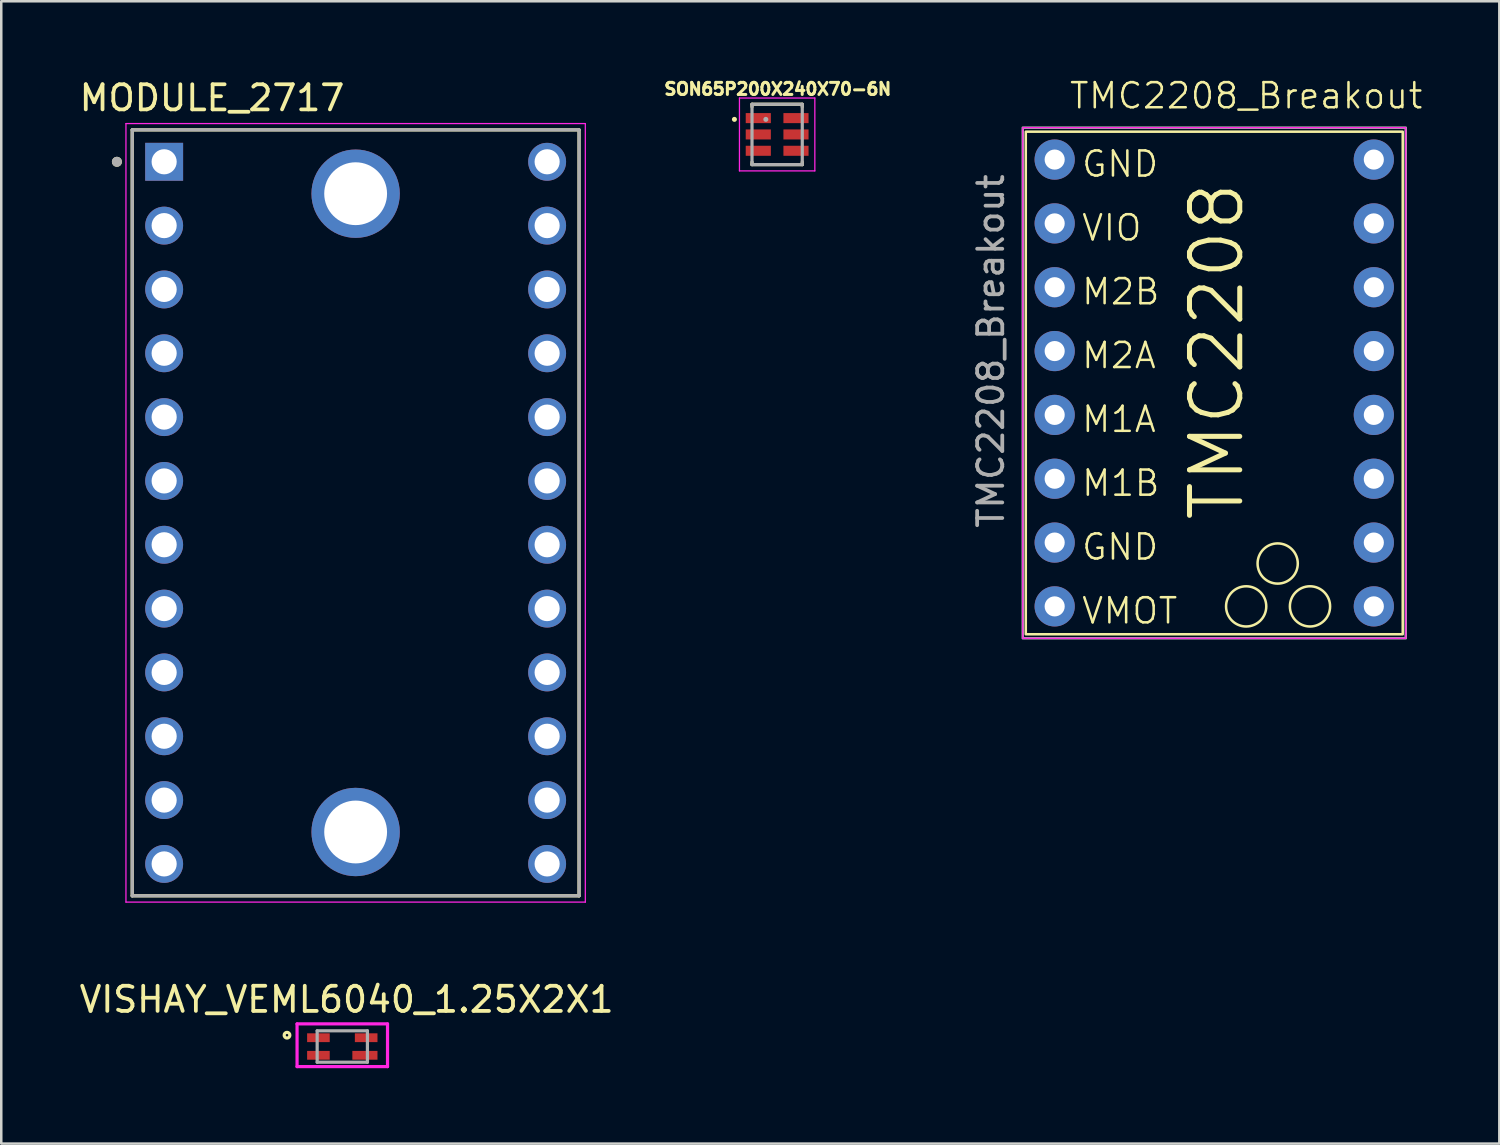
<source format=kicad_pcb>
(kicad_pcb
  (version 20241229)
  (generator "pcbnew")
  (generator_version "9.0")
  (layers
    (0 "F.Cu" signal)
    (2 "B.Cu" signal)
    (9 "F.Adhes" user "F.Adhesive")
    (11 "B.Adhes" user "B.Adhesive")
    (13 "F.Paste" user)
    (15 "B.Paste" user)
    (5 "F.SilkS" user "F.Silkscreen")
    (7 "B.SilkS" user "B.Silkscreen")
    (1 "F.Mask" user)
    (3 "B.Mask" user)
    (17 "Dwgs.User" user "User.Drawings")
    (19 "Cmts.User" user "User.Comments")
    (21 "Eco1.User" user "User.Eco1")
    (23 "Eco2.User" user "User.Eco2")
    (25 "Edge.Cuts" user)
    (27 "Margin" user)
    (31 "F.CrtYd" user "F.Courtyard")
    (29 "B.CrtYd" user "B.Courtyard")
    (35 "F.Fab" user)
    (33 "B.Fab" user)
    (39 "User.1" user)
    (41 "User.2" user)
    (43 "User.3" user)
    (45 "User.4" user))
  (footprint "VISHAY_VEML6040_1.25X2X1"
    (layer "F.Cu")
    (at 10.571 38.594)
    (property "Reference" "VISHAY_VEML6040_1.25X2X1" (at 0.173 -1.872 0) (layer "F.SilkS") (effects (font (size 1 1) (thickness 0.15))))
    (attr smd)
    (fp_circle (center -2.2 -0.45) (end -2.15 -0.45) (stroke (width 0.127) (type solid)) (fill no) (layer "F.SilkS"))
    (fp_line (start -1.8 -0.9) (end 1.8 -0.9) (stroke (width 0.127) (type solid)) (layer "F.CrtYd"))
    (fp_line (start -1.8 0.8) (end -1.8 -0.9) (stroke (width 0.127) (type solid)) (layer "F.CrtYd"))
    (fp_line (start 1.8 -0.9) (end 1.8 0.8) (stroke (width 0.127) (type solid)) (layer "F.CrtYd"))
    (fp_line (start 1.8 0.8) (end -1.8 0.8) (stroke (width 0.127) (type solid)) (layer "F.CrtYd"))
    (fp_line (start -1 -0.625) (end 1 -0.625) (stroke (width 0.127) (type solid)) (layer "F.Fab"))
    (fp_line (start -1 0.625) (end -1 -0.625) (stroke (width 0.127) (type solid)) (layer "F.Fab"))
    (fp_line (start 1 -0.625) (end 1 0.625) (stroke (width 0.127) (type solid)) (layer "F.Fab"))
    (fp_line (start 1 0.625) (end -1 0.625) (stroke (width 0.127) (type solid)) (layer "F.Fab"))
    (pad "1" smd rect (at -0.95 -0.35) (size 0.9 0.35) (layers "F.Cu" "F.Mask" "F.Paste"))
    (pad "2" smd rect (at -0.95 0.35) (size 0.9 0.35) (layers "F.Cu" "F.Mask" "F.Paste"))
    (pad "3" smd rect (at 0.9 0.35) (size 1 0.35) (layers "F.Cu" "F.Mask" "F.Paste"))
    (pad "4" smd rect (at 0.95 -0.35) (size 0.9 0.35) (layers "F.Cu" "F.Mask" "F.Paste")))
  (footprint "SON65P200X240X70-6N"
    (layer "F.Cu")
    (at 27.875 2.3)
    (property "Reference" "SON65P200X240X70-6N" (at 0.024 -1.808 0) (layer "F.SilkS") (effects (font (size 0.481 0.481) (thickness 0.15))))
    (attr smd)
    (fp_line (start -1 -1.2) (end 1 -1.2) (stroke (width 0.127) (type solid)) (layer "F.SilkS"))
    (fp_line (start -1 -1.1) (end -1 -1.2) (stroke (width 0.127) (type solid)) (layer "F.SilkS"))
    (fp_line (start -1 1.2) (end -1 1.1) (stroke (width 0.127) (type solid)) (layer "F.SilkS"))
    (fp_line (start 1 -1.2) (end 1 -1.1) (stroke (width 0.127) (type solid)) (layer "F.SilkS"))
    (fp_line (start 1 1.1) (end 1 1.2) (stroke (width 0.127) (type solid)) (layer "F.SilkS"))
    (fp_line (start 1 1.2) (end -1 1.2) (stroke (width 0.127) (type solid)) (layer "F.SilkS"))
    (fp_circle (center -1.7 -0.6) (end -1.65 -0.6) (stroke (width 0.1) (type solid)) (fill no) (layer "F.SilkS"))
    (fp_line (start -1.5 -1.45) (end 1.5 -1.45) (stroke (width 0.05) (type solid)) (layer "F.CrtYd"))
    (fp_line (start -1.5 1.45) (end -1.5 -1.45) (stroke (width 0.05) (type solid)) (layer "F.CrtYd"))
    (fp_line (start 1.5 -1.45) (end 1.5 1.45) (stroke (width 0.05) (type solid)) (layer "F.CrtYd"))
    (fp_line (start 1.5 1.45) (end -1.5 1.45) (stroke (width 0.05) (type solid)) (layer "F.CrtYd"))
    (fp_line (start -1 -1.2) (end 1 -1.2) (stroke (width 0.127) (type solid)) (layer "F.Fab"))
    (fp_line (start -1 1.2) (end -1 -1.2) (stroke (width 0.127) (type solid)) (layer "F.Fab"))
    (fp_line (start 1 -1.2) (end 1 1.2) (stroke (width 0.127) (type solid)) (layer "F.Fab"))
    (fp_line (start 1 1.2) (end -1 1.2) (stroke (width 0.127) (type solid)) (layer "F.Fab"))
    (fp_circle (center -0.45 -0.6) (end -0.4 -0.6) (stroke (width 0.1) (type solid)) (fill no) (layer "F.Fab"))
    (pad "1" smd rect (at -0.75 -0.65) (size 1 0.4) (layers "F.Cu" "F.Mask" "F.Paste"))
    (pad "2" smd rect (at -0.75 0) (size 1 0.4) (layers "F.Cu" "F.Mask" "F.Paste"))
    (pad "3" smd rect (at -0.75 0.65) (size 1 0.4) (layers "F.Cu" "F.Mask" "F.Paste"))
    (pad "4" smd rect (at 0.75 0.65) (size 1 0.4) (layers "F.Cu" "F.Mask" "F.Paste"))
    (pad "5" smd rect (at 0.75 0) (size 1 0.4) (layers "F.Cu" "F.Mask" "F.Paste"))
    (pad "6" smd rect (at 0.75 -0.65) (size 1 0.4) (layers "F.Cu" "F.Mask" "F.Paste")))
  (footprint "TMC2208_Breakout"
    (layer "F.Cu")
    (at 38.919 3.3)
    (property "Reference" "TMC2208_Breakout" (at 7.62 -2.54 0) (unlocked yes) (layer "F.SilkS") (effects (font (size 1 1) (thickness 0.1))))
    (attr through_hole)
    (fp_rect (start -1.15 -1.11) (end 13.85 18.89) (stroke (width 0.1) (type default)) (fill no) (layer "F.SilkS"))
    (fp_circle (center 7.62 17.78) (end 8.42 17.78) (stroke (width 0.1) (type default)) (fill no) (layer "F.SilkS"))
    (fp_circle (center 8.874 16.074) (end 9.674 16.074) (stroke (width 0.1) (type default)) (fill no) (layer "F.SilkS"))
    (fp_circle (center 10.16 17.78) (end 10.96 17.78) (stroke (width 0.1) (type default)) (fill no) (layer "F.SilkS"))
    (fp_rect (start -1.27 -1.27) (end 13.97 19.05) (stroke (width 0.05) (type default)) (fill no) (layer "F.CrtYd"))
    (fp_rect (start -1.27 -1.27) (end 13.97 19.05) (stroke (width 0.1) (type default)) (fill no) (layer "F.Fab"))
    (fp_text user "M2B" (at 1.016 5.842 0) (unlocked yes) (layer "F.SilkS") (effects (font (size 1 1) (thickness 0.1)) (justify left bottom)))
    (fp_text user "M1B" (at 1.016 13.462 0) (unlocked yes) (layer "F.SilkS") (effects (font (size 1 1) (thickness 0.1)) (justify left bottom)))
    (fp_text user "VMOT" (at 1.016 18.542 0) (unlocked yes) (layer "F.SilkS") (effects (font (size 1 1) (thickness 0.1)) (justify left bottom)))
    (fp_text user "GND" (at 1.016 0.762 0) (unlocked yes) (layer "F.SilkS") (effects (font (size 1 1) (thickness 0.1)) (justify left bottom)))
    (fp_text user "TMC2208" (at 7.62 14.478 90) (unlocked yes) (layer "F.SilkS") (effects (font (size 2 2) (thickness 0.2)) (justify left bottom)))
    (fp_text user "M2A" (at 1.016 8.382 0) (unlocked yes) (layer "F.SilkS") (effects (font (size 1 1) (thickness 0.1)) (justify left bottom)))
    (fp_text user "GND" (at 1.016 16.002 0) (unlocked yes) (layer "F.SilkS") (effects (font (size 1 1) (thickness 0.1)) (justify left bottom)))
    (fp_text user "M1A" (at 1.016 10.922 0) (unlocked yes) (layer "F.SilkS") (effects (font (size 1 1) (thickness 0.1)) (justify left bottom)))
    (fp_text user "VIO" (at 1.016 3.302 0) (unlocked yes) (layer "F.SilkS") (effects (font (size 1 1) (thickness 0.1)) (justify left bottom)))
    (fp_text user "${REFERENCE}" (at -2.54 7.62 90) (unlocked yes) (layer "F.Fab") (effects (font (size 1 1) (thickness 0.15))))
    (pad "1" thru_hole circle (at 0 0) (size 1.6 1.6) (drill 0.8) (layers "*.Cu" "*.Mask"))
    (pad "2" thru_hole circle (at 0 2.54) (size 1.6 1.6) (drill 0.8) (layers "*.Cu" "*.Mask"))
    (pad "3" thru_hole circle (at 0 5.08) (size 1.6 1.6) (drill 0.8) (layers "*.Cu" "*.Mask"))
    (pad "4" thru_hole circle (at 0 7.62) (size 1.6 1.6) (drill 0.8) (layers "*.Cu" "*.Mask"))
    (pad "5" thru_hole circle (at 0 10.16) (size 1.6 1.6) (drill 0.8) (layers "*.Cu" "*.Mask"))
    (pad "6" thru_hole circle (at 0 12.7) (size 1.6 1.6) (drill 0.8) (layers "*.Cu" "*.Mask"))
    (pad "7" thru_hole circle (at 0 15.24) (size 1.6 1.6) (drill 0.8) (layers "*.Cu" "*.Mask"))
    (pad "8" thru_hole circle (at 0 17.78) (size 1.6 1.6) (drill 0.8) (layers "*.Cu" "*.Mask"))
    (pad "9" thru_hole circle (at 12.7 0) (size 1.6 1.6) (drill 0.8) (layers "*.Cu" "*.Mask"))
    (pad "10" thru_hole circle (at 12.7 2.54) (size 1.6 1.6) (drill 0.8) (layers "*.Cu" "*.Mask"))
    (pad "11" thru_hole circle (at 12.7 5.08) (size 1.6 1.6) (drill 0.8) (layers "*.Cu" "*.Mask"))
    (pad "12" thru_hole circle (at 12.7 7.62) (size 1.6 1.6) (drill 0.8) (layers "*.Cu" "*.Mask"))
    (pad "13" thru_hole circle (at 12.7 10.16) (size 1.6 1.6) (drill 0.8) (layers "*.Cu" "*.Mask"))
    (pad "14" thru_hole circle (at 12.7 12.7) (size 1.6 1.6) (drill 0.8) (layers "*.Cu" "*.Mask"))
    (pad "15" thru_hole circle (at 12.7 15.24) (size 1.6 1.6) (drill 0.8) (layers "*.Cu" "*.Mask"))
    (pad "16" thru_hole circle (at 12.7 17.78) (size 1.6 1.6) (drill 0.8) (layers "*.Cu" "*.Mask")))
  (footprint "MODULE_2717"
    (layer "F.Cu")
    (at 11.102 17.358)
    (property "Reference" "MODULE_2717" (at -5.715 -16.51 0) (layer "F.SilkS") (effects (font (size 1 1) (thickness 0.15))))
    (attr through_hole)
    (fp_line (start -8.89 -15.24) (end 8.89 -15.24) (stroke (width 0.127) (type solid)) (layer "F.SilkS"))
    (fp_line (start -8.89 15.24) (end -8.89 -15.24) (stroke (width 0.127) (type solid)) (layer "F.SilkS"))
    (fp_line (start 8.89 -15.24) (end 8.89 15.24) (stroke (width 0.127) (type solid)) (layer "F.SilkS"))
    (fp_line (start 8.89 15.24) (end -8.89 15.24) (stroke (width 0.127) (type solid)) (layer "F.SilkS"))
    (fp_circle (center -9.5 -13.97) (end -9.4 -13.97) (stroke (width 0.2) (type solid)) (fill no) (layer "F.SilkS"))
    (fp_line (start -9.14 -15.49) (end -9.14 15.49) (stroke (width 0.05) (type solid)) (layer "F.CrtYd"))
    (fp_line (start -9.14 15.49) (end 9.14 15.49) (stroke (width 0.05) (type solid)) (layer "F.CrtYd"))
    (fp_line (start 9.14 -15.49) (end -9.14 -15.49) (stroke (width 0.05) (type solid)) (layer "F.CrtYd"))
    (fp_line (start 9.14 15.49) (end 9.14 -15.49) (stroke (width 0.05) (type solid)) (layer "F.CrtYd"))
    (fp_line (start -8.89 -15.24) (end 8.89 -15.24) (stroke (width 0.127) (type solid)) (layer "F.Fab"))
    (fp_line (start -8.89 15.24) (end -8.89 -15.24) (stroke (width 0.127) (type solid)) (layer "F.Fab"))
    (fp_line (start -8.89 15.24) (end 8.89 15.24) (stroke (width 0.127) (type solid)) (layer "F.Fab"))
    (fp_line (start 8.89 -15.24) (end 8.89 15.24) (stroke (width 0.127) (type solid)) (layer "F.Fab"))
    (fp_circle (center -9.5 -13.97) (end -9.4 -13.97) (stroke (width 0.2) (type solid)) (fill no) (layer "F.Fab"))
    (pad "1" thru_hole rect (at -7.62 -13.97) (size 1.508 1.508) (drill 1) (layers "*.Cu" "*.Mask"))
    (pad "2" thru_hole circle (at -7.62 -11.43) (size 1.508 1.508) (drill 1) (layers "*.Cu" "*.Mask"))
    (pad "3" thru_hole circle (at -7.62 -8.89) (size 1.508 1.508) (drill 1) (layers "*.Cu" "*.Mask"))
    (pad "4" thru_hole circle (at -7.62 -6.35) (size 1.508 1.508) (drill 1) (layers "*.Cu" "*.Mask"))
    (pad "5" thru_hole circle (at -7.62 -3.81) (size 1.508 1.508) (drill 1) (layers "*.Cu" "*.Mask"))
    (pad "6" thru_hole circle (at -7.62 -1.27) (size 1.508 1.508) (drill 1) (layers "*.Cu" "*.Mask"))
    (pad "7" thru_hole circle (at -7.62 1.27) (size 1.508 1.508) (drill 1) (layers "*.Cu" "*.Mask"))
    (pad "8" thru_hole circle (at -7.62 3.81) (size 1.508 1.508) (drill 1) (layers "*.Cu" "*.Mask"))
    (pad "9" thru_hole circle (at -7.62 6.35) (size 1.508 1.508) (drill 1) (layers "*.Cu" "*.Mask"))
    (pad "10" thru_hole circle (at -7.62 8.89) (size 1.508 1.508) (drill 1) (layers "*.Cu" "*.Mask"))
    (pad "11" thru_hole circle (at -7.62 11.43) (size 1.508 1.508) (drill 1) (layers "*.Cu" "*.Mask"))
    (pad "12" thru_hole circle (at -7.62 13.97) (size 1.508 1.508) (drill 1) (layers "*.Cu" "*.Mask"))
    (pad "13" thru_hole circle (at 7.62 13.97) (size 1.508 1.508) (drill 1) (layers "*.Cu" "*.Mask"))
    (pad "14" thru_hole circle (at 7.62 11.43) (size 1.508 1.508) (drill 1) (layers "*.Cu" "*.Mask"))
    (pad "15" thru_hole circle (at 7.62 8.89) (size 1.508 1.508) (drill 1) (layers "*.Cu" "*.Mask"))
    (pad "16" thru_hole circle (at 7.62 6.35) (size 1.508 1.508) (drill 1) (layers "*.Cu" "*.Mask"))
    (pad "17" thru_hole circle (at 7.62 3.81) (size 1.508 1.508) (drill 1) (layers "*.Cu" "*.Mask"))
    (pad "18" thru_hole circle (at 7.62 1.27) (size 1.508 1.508) (drill 1) (layers "*.Cu" "*.Mask"))
    (pad "19" thru_hole circle (at 7.62 -1.27) (size 1.508 1.508) (drill 1) (layers "*.Cu" "*.Mask"))
    (pad "20" thru_hole circle (at 7.62 -3.81) (size 1.508 1.508) (drill 1) (layers "*.Cu" "*.Mask"))
    (pad "21" thru_hole circle (at 7.62 -6.35) (size 1.508 1.508) (drill 1) (layers "*.Cu" "*.Mask"))
    (pad "22" thru_hole circle (at 7.62 -8.89) (size 1.508 1.508) (drill 1) (layers "*.Cu" "*.Mask"))
    (pad "23" thru_hole circle (at 7.62 -11.43) (size 1.508 1.508) (drill 1) (layers "*.Cu" "*.Mask"))
    (pad "24" thru_hole circle (at 7.62 -13.97) (size 1.508 1.508) (drill 1) (layers "*.Cu" "*.Mask"))
    (pad "P1" thru_hole circle (at 0 -12.7) (size 3.516 3.516) (drill 2.5) (layers "*.Cu" "*.Mask"))
    (pad "P2" thru_hole circle (at 0 12.7) (size 3.516 3.516) (drill 2.5) (layers "*.Cu" "*.Mask"))
    (zone (net_name "") (layer "F.Cu") (hatch full 0.508) (connect_pads) (min_thickness 2.032) (filled_areas_thickness no) (keepout (tracks not_allowed) (vias not_allowed) (pads not_allowed) (copperpour not_allowed) (footprints allowed)) (placement (enabled no)) (fill) (polygon (pts (xy 13.118 4.658) (xy 13.108 4.856) (xy 13.079 5.052) (xy 13.031 5.243) (xy 12.964 5.43) (xy 12.88 5.609) (xy 12.778 5.778) (xy 12.66 5.937) (xy 12.527 6.084) (xy 12.381 6.217) (xy 12.222 6.334) (xy 12.052 6.436) (xy 11.873 6.521) (xy 11.687 6.587) (xy 11.495 6.636) (xy 11.3 6.665) (xy 11.102 6.674) (xy 10.904 6.665) (xy 10.709 6.636) (xy 10.517 6.587) (xy 10.33 6.521) (xy 10.152 6.436) (xy 9.982 6.334) (xy 9.823 6.217) (xy 9.676 6.084) (xy 9.544 5.937) (xy 9.426 5.778) (xy 9.324 5.609) (xy 9.239 5.43) (xy 9.173 5.243) (xy 9.125 5.052) (xy 9.096 4.856) (xy 9.086 4.658) (xy 9.096 4.461) (xy 9.125 4.265) (xy 9.173 4.073) (xy 9.239 3.887) (xy 9.324 3.708) (xy 9.426 3.538) (xy 9.544 3.379) (xy 9.676 3.233) (xy 9.823 3.1) (xy 9.982 2.982) (xy 10.152 2.88) (xy 10.33 2.796) (xy 10.517 2.729) (xy 10.709 2.681) (xy 10.904 2.652) (xy 11.102 2.642) (xy 11.3 2.652) (xy 11.495 2.681) (xy 11.687 2.729) (xy 11.873 2.796) (xy 12.052 2.88) (xy 12.222 2.982) (xy 12.381 3.1) (xy 12.527 3.233) (xy 12.66 3.379) (xy 12.778 3.538) (xy 12.88 3.708) (xy 12.964 3.887) (xy 13.031 4.073) (xy 13.079 4.265) (xy 13.108 4.461))))
    (zone (net_name "") (layer "F.Cu") (hatch full 0.508) (connect_pads) (min_thickness 2.032) (filled_areas_thickness no) (keepout (tracks not_allowed) (vias not_allowed) (pads not_allowed) (copperpour not_allowed) (footprints allowed)) (placement (enabled no)) (fill) (polygon (pts (xy 13.118 30.058) (xy 13.108 30.256) (xy 13.079 30.452) (xy 13.031 30.643) (xy 12.964 30.83) (xy 12.88 31.009) (xy 12.778 31.178) (xy 12.66 31.337) (xy 12.527 31.484) (xy 12.381 31.617) (xy 12.222 31.734) (xy 12.052 31.836) (xy 11.873 31.921) (xy 11.687 31.987) (xy 11.495 32.036) (xy 11.3 32.065) (xy 11.102 32.074) (xy 10.904 32.065) (xy 10.709 32.036) (xy 10.517 31.987) (xy 10.33 31.921) (xy 10.152 31.836) (xy 9.982 31.734) (xy 9.823 31.617) (xy 9.676 31.484) (xy 9.544 31.337) (xy 9.426 31.178) (xy 9.324 31.009) (xy 9.239 30.83) (xy 9.173 30.643) (xy 9.125 30.452) (xy 9.096 30.256) (xy 9.086 30.058) (xy 9.096 29.861) (xy 9.125 29.665) (xy 9.173 29.473) (xy 9.239 29.287) (xy 9.324 29.108) (xy 9.426 28.938) (xy 9.544 28.779) (xy 9.676 28.633) (xy 9.823 28.5) (xy 9.982 28.382) (xy 10.152 28.28) (xy 10.33 28.196) (xy 10.517 28.129) (xy 10.709 28.081) (xy 10.904 28.052) (xy 11.102 28.042) (xy 11.3 28.052) (xy 11.495 28.081) (xy 11.687 28.129) (xy 11.873 28.196) (xy 12.052 28.28) (xy 12.222 28.382) (xy 12.381 28.5) (xy 12.527 28.633) (xy 12.66 28.779) (xy 12.778 28.938) (xy 12.88 29.108) (xy 12.964 29.287) (xy 13.031 29.473) (xy 13.079 29.665) (xy 13.108 29.861))))
    (zone (net_name "") (layer "B.Cu") (hatch full 0.508) (connect_pads) (min_thickness 2.032) (filled_areas_thickness no) (keepout (tracks not_allowed) (vias not_allowed) (pads not_allowed) (copperpour not_allowed) (footprints allowed)) (placement (enabled no)) (fill) (polygon (pts (xy 13.118 4.658) (xy 13.108 4.856) (xy 13.079 5.052) (xy 13.031 5.243) (xy 12.964 5.43) (xy 12.88 5.609) (xy 12.778 5.778) (xy 12.66 5.937) (xy 12.527 6.084) (xy 12.381 6.217) (xy 12.222 6.334) (xy 12.052 6.436) (xy 11.873 6.521) (xy 11.687 6.587) (xy 11.495 6.636) (xy 11.3 6.665) (xy 11.102 6.674) (xy 10.904 6.665) (xy 10.709 6.636) (xy 10.517 6.587) (xy 10.33 6.521) (xy 10.152 6.436) (xy 9.982 6.334) (xy 9.823 6.217) (xy 9.676 6.084) (xy 9.544 5.937) (xy 9.426 5.778) (xy 9.324 5.609) (xy 9.239 5.43) (xy 9.173 5.243) (xy 9.125 5.052) (xy 9.096 4.856) (xy 9.086 4.658) (xy 9.096 4.461) (xy 9.125 4.265) (xy 9.173 4.073) (xy 9.239 3.887) (xy 9.324 3.708) (xy 9.426 3.538) (xy 9.544 3.379) (xy 9.676 3.233) (xy 9.823 3.1) (xy 9.982 2.982) (xy 10.152 2.88) (xy 10.33 2.796) (xy 10.517 2.729) (xy 10.709 2.681) (xy 10.904 2.652) (xy 11.102 2.642) (xy 11.3 2.652) (xy 11.495 2.681) (xy 11.687 2.729) (xy 11.873 2.796) (xy 12.052 2.88) (xy 12.222 2.982) (xy 12.381 3.1) (xy 12.527 3.233) (xy 12.66 3.379) (xy 12.778 3.538) (xy 12.88 3.708) (xy 12.964 3.887) (xy 13.031 4.073) (xy 13.079 4.265) (xy 13.108 4.461))))
    (zone (net_name "") (layer "B.Cu") (hatch full 0.508) (connect_pads) (min_thickness 2.032) (filled_areas_thickness no) (keepout (tracks not_allowed) (vias not_allowed) (pads not_allowed) (copperpour not_allowed) (footprints allowed)) (placement (enabled no)) (fill) (polygon (pts (xy 13.118 30.058) (xy 13.108 30.256) (xy 13.079 30.452) (xy 13.031 30.643) (xy 12.964 30.83) (xy 12.88 31.009) (xy 12.778 31.178) (xy 12.66 31.337) (xy 12.527 31.484) (xy 12.381 31.617) (xy 12.222 31.734) (xy 12.052 31.836) (xy 11.873 31.921) (xy 11.687 31.987) (xy 11.495 32.036) (xy 11.3 32.065) (xy 11.102 32.074) (xy 10.904 32.065) (xy 10.709 32.036) (xy 10.517 31.987) (xy 10.33 31.921) (xy 10.152 31.836) (xy 9.982 31.734) (xy 9.823 31.617) (xy 9.676 31.484) (xy 9.544 31.337) (xy 9.426 31.178) (xy 9.324 31.009) (xy 9.239 30.83) (xy 9.173 30.643) (xy 9.125 30.452) (xy 9.096 30.256) (xy 9.086 30.058) (xy 9.096 29.861) (xy 9.125 29.665) (xy 9.173 29.473) (xy 9.239 29.287) (xy 9.324 29.108) (xy 9.426 28.938) (xy 9.544 28.779) (xy 9.676 28.633) (xy 9.823 28.5) (xy 9.982 28.382) (xy 10.152 28.28) (xy 10.33 28.196) (xy 10.517 28.129) (xy 10.709 28.081) (xy 10.904 28.052) (xy 11.102 28.042) (xy 11.3 28.052) (xy 11.495 28.081) (xy 11.687 28.129) (xy 11.873 28.196) (xy 12.052 28.28) (xy 12.222 28.382) (xy 12.381 28.5) (xy 12.527 28.633) (xy 12.66 28.779) (xy 12.778 28.938) (xy 12.88 29.108) (xy 12.964 29.287) (xy 13.031 29.473) (xy 13.079 29.665) (xy 13.108 29.861)))))
  (gr_rect
    (start -3 -3)
    (end 56.613 42.457)
    (stroke (width 0.1) (type default))
    (fill no)
    (layer "Edge.Cuts")))
</source>
